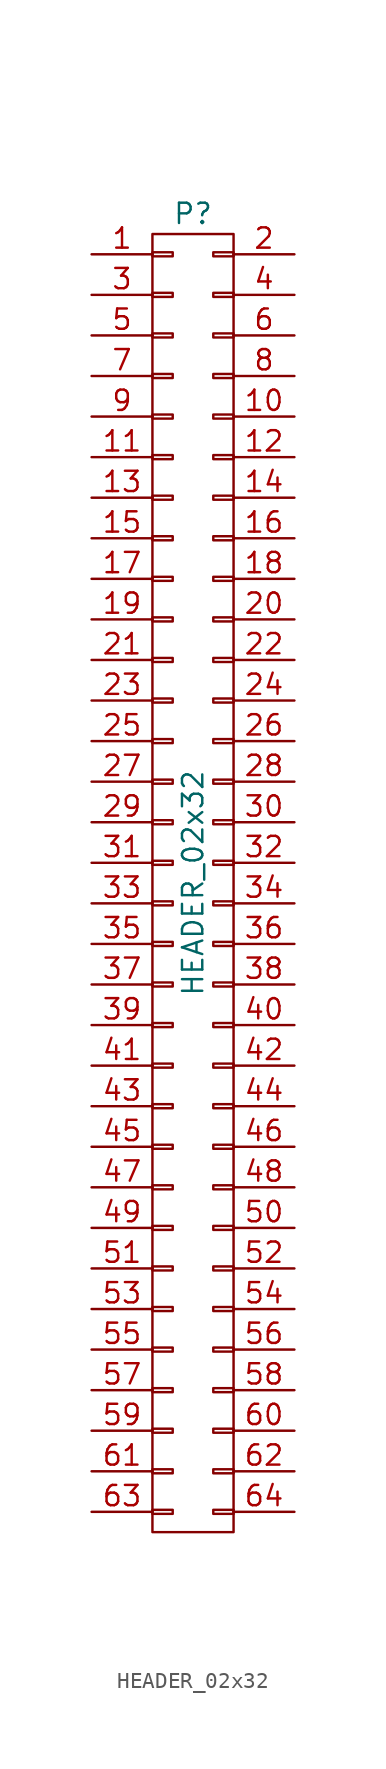
<source format=kicad_sym>
(kicad_symbol_lib
  (version 20211014)
  (generator kicad_symbol_editor)
  (symbol "HEADER_02x32"
    (pin_names
      (offset 0.025) hide)
    (property "Reference" "P"
      (at 0 41.91 0)
      (effects (font (size 1.27 1.27))))
    (property "Value" "HEADER_02x32"
      (at 0 0 90)
      (effects (font (size 1.27 1.27))))
    (property "Datasheet" ""
      (at 0 -10.16 0)
      (effects (font (size 1.524 1.524))))
    (symbol "HEADER_02x32_0_1"
      (rectangle (start -2.54 -39.243) (end -1.27 -39.497) (stroke (width 0) (type default) (color 0 0 0 0)) (fill (type none)))
      (rectangle (start -2.54 -36.703) (end -1.27 -36.957) (stroke (width 0) (type default) (color 0 0 0 0)) (fill (type none)))
      (rectangle (start -2.54 -34.163) (end -1.27 -34.417) (stroke (width 0) (type default) (color 0 0 0 0)) (fill (type none)))
      (rectangle (start -2.54 -31.623) (end -1.27 -31.877) (stroke (width 0) (type default) (color 0 0 0 0)) (fill (type none)))
      (rectangle (start -2.54 -29.083) (end -1.27 -29.337) (stroke (width 0) (type default) (color 0 0 0 0)) (fill (type none)))
      (rectangle (start -2.54 -26.543) (end -1.27 -26.797) (stroke (width 0) (type default) (color 0 0 0 0)) (fill (type none)))
      (rectangle (start -2.54 -24.003) (end -1.27 -24.257) (stroke (width 0) (type default) (color 0 0 0 0)) (fill (type none)))
      (rectangle (start -2.54 -21.463) (end -1.27 -21.717) (stroke (width 0) (type default) (color 0 0 0 0)) (fill (type none)))
      (rectangle (start -2.54 -18.923) (end -1.27 -19.177) (stroke (width 0) (type default) (color 0 0 0 0)) (fill (type none)))
      (rectangle (start -2.54 -16.383) (end -1.27 -16.637) (stroke (width 0) (type default) (color 0 0 0 0)) (fill (type none)))
      (rectangle (start -2.54 -13.843) (end -1.27 -14.097) (stroke (width 0) (type default) (color 0 0 0 0)) (fill (type none)))
      (rectangle (start -2.54 -11.303) (end -1.27 -11.557) (stroke (width 0) (type default) (color 0 0 0 0)) (fill (type none)))
      (rectangle (start -2.54 -8.763) (end -1.27 -9.017) (stroke (width 0) (type default) (color 0 0 0 0)) (fill (type none)))
      (rectangle (start -2.54 -6.223) (end -1.27 -6.477) (stroke (width 0) (type default) (color 0 0 0 0)) (fill (type none)))
      (rectangle (start -2.54 -3.683) (end -1.27 -3.937) (stroke (width 0) (type default) (color 0 0 0 0)) (fill (type none)))
      (rectangle (start -2.54 -1.143) (end -1.27 -1.397) (stroke (width 0) (type default) (color 0 0 0 0)) (fill (type none)))
      (rectangle (start -2.54 1.397) (end -1.27 1.143) (stroke (width 0) (type default) (color 0 0 0 0)) (fill (type none)))
      (rectangle (start -2.54 3.937) (end -1.27 3.683) (stroke (width 0) (type default) (color 0 0 0 0)) (fill (type none)))
      (rectangle (start -2.54 6.477) (end -1.27 6.223) (stroke (width 0) (type default) (color 0 0 0 0)) (fill (type none)))
      (rectangle (start -2.54 9.017) (end -1.27 8.763) (stroke (width 0) (type default) (color 0 0 0 0)) (fill (type none)))
      (rectangle (start -2.54 11.557) (end -1.27 11.303) (stroke (width 0) (type default) (color 0 0 0 0)) (fill (type none)))
      (rectangle (start -2.54 14.097) (end -1.27 13.843) (stroke (width 0) (type default) (color 0 0 0 0)) (fill (type none)))
      (rectangle (start -2.54 16.637) (end -1.27 16.383) (stroke (width 0) (type default) (color 0 0 0 0)) (fill (type none)))
      (rectangle (start -2.54 19.177) (end -1.27 18.923) (stroke (width 0) (type default) (color 0 0 0 0)) (fill (type none)))
      (rectangle (start -2.54 21.717) (end -1.27 21.463) (stroke (width 0) (type default) (color 0 0 0 0)) (fill (type none)))
      (rectangle (start -2.54 24.257) (end -1.27 24.003) (stroke (width 0) (type default) (color 0 0 0 0)) (fill (type none)))
      (rectangle (start -2.54 26.797) (end -1.27 26.543) (stroke (width 0) (type default) (color 0 0 0 0)) (fill (type none)))
      (rectangle (start -2.54 29.337) (end -1.27 29.083) (stroke (width 0) (type default) (color 0 0 0 0)) (fill (type none)))
      (rectangle (start -2.54 31.877) (end -1.27 31.623) (stroke (width 0) (type default) (color 0 0 0 0)) (fill (type none)))
      (rectangle (start -2.54 34.417) (end -1.27 34.163) (stroke (width 0) (type default) (color 0 0 0 0)) (fill (type none)))
      (rectangle (start -2.54 36.957) (end -1.27 36.703) (stroke (width 0) (type default) (color 0 0 0 0)) (fill (type none)))
      (rectangle (start -2.54 39.497) (end -1.27 39.243) (stroke (width 0) (type default) (color 0 0 0 0)) (fill (type none)))
      (rectangle (start -2.54 40.64) (end 2.54 -40.64) (stroke (width 0) (type default) (color 0 0 0 0)) (fill (type none)))
      (rectangle (start 1.27 -39.243) (end 2.54 -39.497) (stroke (width 0) (type default) (color 0 0 0 0)) (fill (type none)))
      (rectangle (start 1.27 -36.703) (end 2.54 -36.957) (stroke (width 0) (type default) (color 0 0 0 0)) (fill (type none)))
      (rectangle (start 1.27 -34.163) (end 2.54 -34.417) (stroke (width 0) (type default) (color 0 0 0 0)) (fill (type none)))
      (rectangle (start 1.27 -31.623) (end 2.54 -31.877) (stroke (width 0) (type default) (color 0 0 0 0)) (fill (type none)))
      (rectangle (start 1.27 -29.083) (end 2.54 -29.337) (stroke (width 0) (type default) (color 0 0 0 0)) (fill (type none)))
      (rectangle (start 1.27 -26.543) (end 2.54 -26.797) (stroke (width 0) (type default) (color 0 0 0 0)) (fill (type none)))
      (rectangle (start 1.27 -24.003) (end 2.54 -24.257) (stroke (width 0) (type default) (color 0 0 0 0)) (fill (type none)))
      (rectangle (start 1.27 -21.463) (end 2.54 -21.717) (stroke (width 0) (type default) (color 0 0 0 0)) (fill (type none)))
      (rectangle (start 1.27 -18.923) (end 2.54 -19.177) (stroke (width 0) (type default) (color 0 0 0 0)) (fill (type none)))
      (rectangle (start 1.27 -16.383) (end 2.54 -16.637) (stroke (width 0) (type default) (color 0 0 0 0)) (fill (type none)))
      (rectangle (start 1.27 -13.843) (end 2.54 -14.097) (stroke (width 0) (type default) (color 0 0 0 0)) (fill (type none)))
      (rectangle (start 1.27 -11.303) (end 2.54 -11.557) (stroke (width 0) (type default) (color 0 0 0 0)) (fill (type none)))
      (rectangle (start 1.27 -8.763) (end 2.54 -9.017) (stroke (width 0) (type default) (color 0 0 0 0)) (fill (type none)))
      (rectangle (start 1.27 -6.223) (end 2.54 -6.477) (stroke (width 0) (type default) (color 0 0 0 0)) (fill (type none)))
      (rectangle (start 1.27 -3.683) (end 2.54 -3.937) (stroke (width 0) (type default) (color 0 0 0 0)) (fill (type none)))
      (rectangle (start 1.27 -1.143) (end 2.54 -1.397) (stroke (width 0) (type default) (color 0 0 0 0)) (fill (type none)))
      (rectangle (start 1.27 1.397) (end 2.54 1.143) (stroke (width 0) (type default) (color 0 0 0 0)) (fill (type none)))
      (rectangle (start 1.27 3.937) (end 2.54 3.683) (stroke (width 0) (type default) (color 0 0 0 0)) (fill (type none)))
      (rectangle (start 1.27 6.477) (end 2.54 6.223) (stroke (width 0) (type default) (color 0 0 0 0)) (fill (type none)))
      (rectangle (start 1.27 9.017) (end 2.54 8.763) (stroke (width 0) (type default) (color 0 0 0 0)) (fill (type none)))
      (rectangle (start 1.27 11.557) (end 2.54 11.303) (stroke (width 0) (type default) (color 0 0 0 0)) (fill (type none)))
      (rectangle (start 1.27 14.097) (end 2.54 13.843) (stroke (width 0) (type default) (color 0 0 0 0)) (fill (type none)))
      (rectangle (start 1.27 16.637) (end 2.54 16.383) (stroke (width 0) (type default) (color 0 0 0 0)) (fill (type none)))
      (rectangle (start 1.27 19.177) (end 2.54 18.923) (stroke (width 0) (type default) (color 0 0 0 0)) (fill (type none)))
      (rectangle (start 1.27 21.717) (end 2.54 21.463) (stroke (width 0) (type default) (color 0 0 0 0)) (fill (type none)))
      (rectangle (start 1.27 24.257) (end 2.54 24.003) (stroke (width 0) (type default) (color 0 0 0 0)) (fill (type none)))
      (rectangle (start 1.27 26.797) (end 2.54 26.543) (stroke (width 0) (type default) (color 0 0 0 0)) (fill (type none)))
      (rectangle (start 1.27 29.337) (end 2.54 29.083) (stroke (width 0) (type default) (color 0 0 0 0)) (fill (type none)))
      (rectangle (start 1.27 31.877) (end 2.54 31.623) (stroke (width 0) (type default) (color 0 0 0 0)) (fill (type none)))
      (rectangle (start 1.27 34.417) (end 2.54 34.163) (stroke (width 0) (type default) (color 0 0 0 0)) (fill (type none)))
      (rectangle (start 1.27 36.957) (end 2.54 36.703) (stroke (width 0) (type default) (color 0 0 0 0)) (fill (type none)))
      (rectangle (start 1.27 39.497) (end 2.54 39.243) (stroke (width 0) (type default) (color 0 0 0 0)) (fill (type none))))
    (symbol "HEADER_02x32_1_1"
      (pin passive line (at -6.35 39.37 0) (length 3.81) (name "P1" (effects (font (size 1.27 1.27)))) (number "1" (effects (font (size 1.27 1.27)))))
      (pin passive line (at 6.35 29.21 180) (length 3.81) (name "P10" (effects (font (size 1.27 1.27)))) (number "10" (effects (font (size 1.27 1.27)))))
      (pin passive line (at -6.35 26.67 0) (length 3.81) (name "P11" (effects (font (size 1.27 1.27)))) (number "11" (effects (font (size 1.27 1.27)))))
      (pin passive line (at 6.35 26.67 180) (length 3.81) (name "P12" (effects (font (size 1.27 1.27)))) (number "12" (effects (font (size 1.27 1.27)))))
      (pin passive line (at -6.35 24.13 0) (length 3.81) (name "P13" (effects (font (size 1.27 1.27)))) (number "13" (effects (font (size 1.27 1.27)))))
      (pin passive line (at 6.35 24.13 180) (length 3.81) (name "P14" (effects (font (size 1.27 1.27)))) (number "14" (effects (font (size 1.27 1.27)))))
      (pin passive line (at -6.35 21.59 0) (length 3.81) (name "P15" (effects (font (size 1.27 1.27)))) (number "15" (effects (font (size 1.27 1.27)))))
      (pin passive line (at 6.35 21.59 180) (length 3.81) (name "P16" (effects (font (size 1.27 1.27)))) (number "16" (effects (font (size 1.27 1.27)))))
      (pin passive line (at -6.35 19.05 0) (length 3.81) (name "P17" (effects (font (size 1.27 1.27)))) (number "17" (effects (font (size 1.27 1.27)))))
      (pin passive line (at 6.35 19.05 180) (length 3.81) (name "P18" (effects (font (size 1.27 1.27)))) (number "18" (effects (font (size 1.27 1.27)))))
      (pin passive line (at -6.35 16.51 0) (length 3.81) (name "P19" (effects (font (size 1.27 1.27)))) (number "19" (effects (font (size 1.27 1.27)))))
      (pin passive line (at 6.35 39.37 180) (length 3.81) (name "P2" (effects (font (size 1.27 1.27)))) (number "2" (effects (font (size 1.27 1.27)))))
      (pin passive line (at 6.35 16.51 180) (length 3.81) (name "P20" (effects (font (size 1.27 1.27)))) (number "20" (effects (font (size 1.27 1.27)))))
      (pin passive line (at -6.35 13.97 0) (length 3.81) (name "P21" (effects (font (size 1.27 1.27)))) (number "21" (effects (font (size 1.27 1.27)))))
      (pin passive line (at 6.35 13.97 180) (length 3.81) (name "P22" (effects (font (size 1.27 1.27)))) (number "22" (effects (font (size 1.27 1.27)))))
      (pin passive line (at -6.35 11.43 0) (length 3.81) (name "P23" (effects (font (size 1.27 1.27)))) (number "23" (effects (font (size 1.27 1.27)))))
      (pin passive line (at 6.35 11.43 180) (length 3.81) (name "P24" (effects (font (size 1.27 1.27)))) (number "24" (effects (font (size 1.27 1.27)))))
      (pin passive line (at -6.35 8.89 0) (length 3.81) (name "P25" (effects (font (size 1.27 1.27)))) (number "25" (effects (font (size 1.27 1.27)))))
      (pin passive line (at 6.35 8.89 180) (length 3.81) (name "P26" (effects (font (size 1.27 1.27)))) (number "26" (effects (font (size 1.27 1.27)))))
      (pin passive line (at -6.35 6.35 0) (length 3.81) (name "P27" (effects (font (size 1.27 1.27)))) (number "27" (effects (font (size 1.27 1.27)))))
      (pin passive line (at 6.35 6.35 180) (length 3.81) (name "P28" (effects (font (size 1.27 1.27)))) (number "28" (effects (font (size 1.27 1.27)))))
      (pin passive line (at -6.35 3.81 0) (length 3.81) (name "P29" (effects (font (size 1.27 1.27)))) (number "29" (effects (font (size 1.27 1.27)))))
      (pin passive line (at -6.35 36.83 0) (length 3.81) (name "P3" (effects (font (size 1.27 1.27)))) (number "3" (effects (font (size 1.27 1.27)))))
      (pin passive line (at 6.35 3.81 180) (length 3.81) (name "P30" (effects (font (size 1.27 1.27)))) (number "30" (effects (font (size 1.27 1.27)))))
      (pin passive line (at -6.35 1.27 0) (length 3.81) (name "P31" (effects (font (size 1.27 1.27)))) (number "31" (effects (font (size 1.27 1.27)))))
      (pin passive line (at 6.35 1.27 180) (length 3.81) (name "P32" (effects (font (size 1.27 1.27)))) (number "32" (effects (font (size 1.27 1.27)))))
      (pin passive line (at -6.35 -1.27 0) (length 3.81) (name "P33" (effects (font (size 1.27 1.27)))) (number "33" (effects (font (size 1.27 1.27)))))
      (pin passive line (at 6.35 -1.27 180) (length 3.81) (name "P34" (effects (font (size 1.27 1.27)))) (number "34" (effects (font (size 1.27 1.27)))))
      (pin passive line (at -6.35 -3.81 0) (length 3.81) (name "P35" (effects (font (size 1.27 1.27)))) (number "35" (effects (font (size 1.27 1.27)))))
      (pin passive line (at 6.35 -3.81 180) (length 3.81) (name "P36" (effects (font (size 1.27 1.27)))) (number "36" (effects (font (size 1.27 1.27)))))
      (pin passive line (at -6.35 -6.35 0) (length 3.81) (name "P37" (effects (font (size 1.27 1.27)))) (number "37" (effects (font (size 1.27 1.27)))))
      (pin passive line (at 6.35 -6.35 180) (length 3.81) (name "P38" (effects (font (size 1.27 1.27)))) (number "38" (effects (font (size 1.27 1.27)))))
      (pin passive line (at -6.35 -8.89 0) (length 3.81) (name "P39" (effects (font (size 1.27 1.27)))) (number "39" (effects (font (size 1.27 1.27)))))
      (pin passive line (at 6.35 36.83 180) (length 3.81) (name "P4" (effects (font (size 1.27 1.27)))) (number "4" (effects (font (size 1.27 1.27)))))
      (pin passive line (at 6.35 -8.89 180) (length 3.81) (name "P40" (effects (font (size 1.27 1.27)))) (number "40" (effects (font (size 1.27 1.27)))))
      (pin passive line (at -6.35 -11.43 0) (length 3.81) (name "P41" (effects (font (size 1.27 1.27)))) (number "41" (effects (font (size 1.27 1.27)))))
      (pin passive line (at 6.35 -11.43 180) (length 3.81) (name "P42" (effects (font (size 1.27 1.27)))) (number "42" (effects (font (size 1.27 1.27)))))
      (pin passive line (at -6.35 -13.97 0) (length 3.81) (name "P43" (effects (font (size 1.27 1.27)))) (number "43" (effects (font (size 1.27 1.27)))))
      (pin passive line (at 6.35 -13.97 180) (length 3.81) (name "P44" (effects (font (size 1.27 1.27)))) (number "44" (effects (font (size 1.27 1.27)))))
      (pin passive line (at -6.35 -16.51 0) (length 3.81) (name "P45" (effects (font (size 1.27 1.27)))) (number "45" (effects (font (size 1.27 1.27)))))
      (pin passive line (at 6.35 -16.51 180) (length 3.81) (name "P46" (effects (font (size 1.27 1.27)))) (number "46" (effects (font (size 1.27 1.27)))))
      (pin passive line (at -6.35 -19.05 0) (length 3.81) (name "P47" (effects (font (size 1.27 1.27)))) (number "47" (effects (font (size 1.27 1.27)))))
      (pin passive line (at 6.35 -19.05 180) (length 3.81) (name "P48" (effects (font (size 1.27 1.27)))) (number "48" (effects (font (size 1.27 1.27)))))
      (pin passive line (at -6.35 -21.59 0) (length 3.81) (name "P49" (effects (font (size 1.27 1.27)))) (number "49" (effects (font (size 1.27 1.27)))))
      (pin passive line (at -6.35 34.29 0) (length 3.81) (name "P5" (effects (font (size 1.27 1.27)))) (number "5" (effects (font (size 1.27 1.27)))))
      (pin passive line (at 6.35 -21.59 180) (length 3.81) (name "P50" (effects (font (size 1.27 1.27)))) (number "50" (effects (font (size 1.27 1.27)))))
      (pin passive line (at -6.35 -24.13 0) (length 3.81) (name "P51" (effects (font (size 1.27 1.27)))) (number "51" (effects (font (size 1.27 1.27)))))
      (pin passive line (at 6.35 -24.13 180) (length 3.81) (name "P52" (effects (font (size 1.27 1.27)))) (number "52" (effects (font (size 1.27 1.27)))))
      (pin passive line (at -6.35 -26.67 0) (length 3.81) (name "P53" (effects (font (size 1.27 1.27)))) (number "53" (effects (font (size 1.27 1.27)))))
      (pin passive line (at 6.35 -26.67 180) (length 3.81) (name "P54" (effects (font (size 1.27 1.27)))) (number "54" (effects (font (size 1.27 1.27)))))
      (pin passive line (at -6.35 -29.21 0) (length 3.81) (name "P55" (effects (font (size 1.27 1.27)))) (number "55" (effects (font (size 1.27 1.27)))))
      (pin passive line (at 6.35 -29.21 180) (length 3.81) (name "P56" (effects (font (size 1.27 1.27)))) (number "56" (effects (font (size 1.27 1.27)))))
      (pin passive line (at -6.35 -31.75 0) (length 3.81) (name "P57" (effects (font (size 1.27 1.27)))) (number "57" (effects (font (size 1.27 1.27)))))
      (pin passive line (at 6.35 -31.75 180) (length 3.81) (name "P58" (effects (font (size 1.27 1.27)))) (number "58" (effects (font (size 1.27 1.27)))))
      (pin passive line (at -6.35 -34.29 0) (length 3.81) (name "P59" (effects (font (size 1.27 1.27)))) (number "59" (effects (font (size 1.27 1.27)))))
      (pin passive line (at 6.35 34.29 180) (length 3.81) (name "P6" (effects (font (size 1.27 1.27)))) (number "6" (effects (font (size 1.27 1.27)))))
      (pin passive line (at 6.35 -34.29 180) (length 3.81) (name "P60" (effects (font (size 1.27 1.27)))) (number "60" (effects (font (size 1.27 1.27)))))
      (pin passive line (at -6.35 -36.83 0) (length 3.81) (name "P61" (effects (font (size 1.27 1.27)))) (number "61" (effects (font (size 1.27 1.27)))))
      (pin passive line (at 6.35 -36.83 180) (length 3.81) (name "P62" (effects (font (size 1.27 1.27)))) (number "62" (effects (font (size 1.27 1.27)))))
      (pin passive line (at -6.35 -39.37 0) (length 3.81) (name "P63" (effects (font (size 1.27 1.27)))) (number "63" (effects (font (size 1.27 1.27)))))
      (pin passive line (at 6.35 -39.37 180) (length 3.81) (name "P64" (effects (font (size 1.27 1.27)))) (number "64" (effects (font (size 1.27 1.27)))))
      (pin passive line (at -6.35 31.75 0) (length 3.81) (name "P7" (effects (font (size 1.27 1.27)))) (number "7" (effects (font (size 1.27 1.27)))))
      (pin passive line (at 6.35 31.75 180) (length 3.81) (name "P8" (effects (font (size 1.27 1.27)))) (number "8" (effects (font (size 1.27 1.27)))))
      (pin passive line (at -6.35 29.21 0) (length 3.81) (name "P9" (effects (font (size 1.27 1.27)))) (number "9" (effects (font (size 1.27 1.27))))))))
</source>
